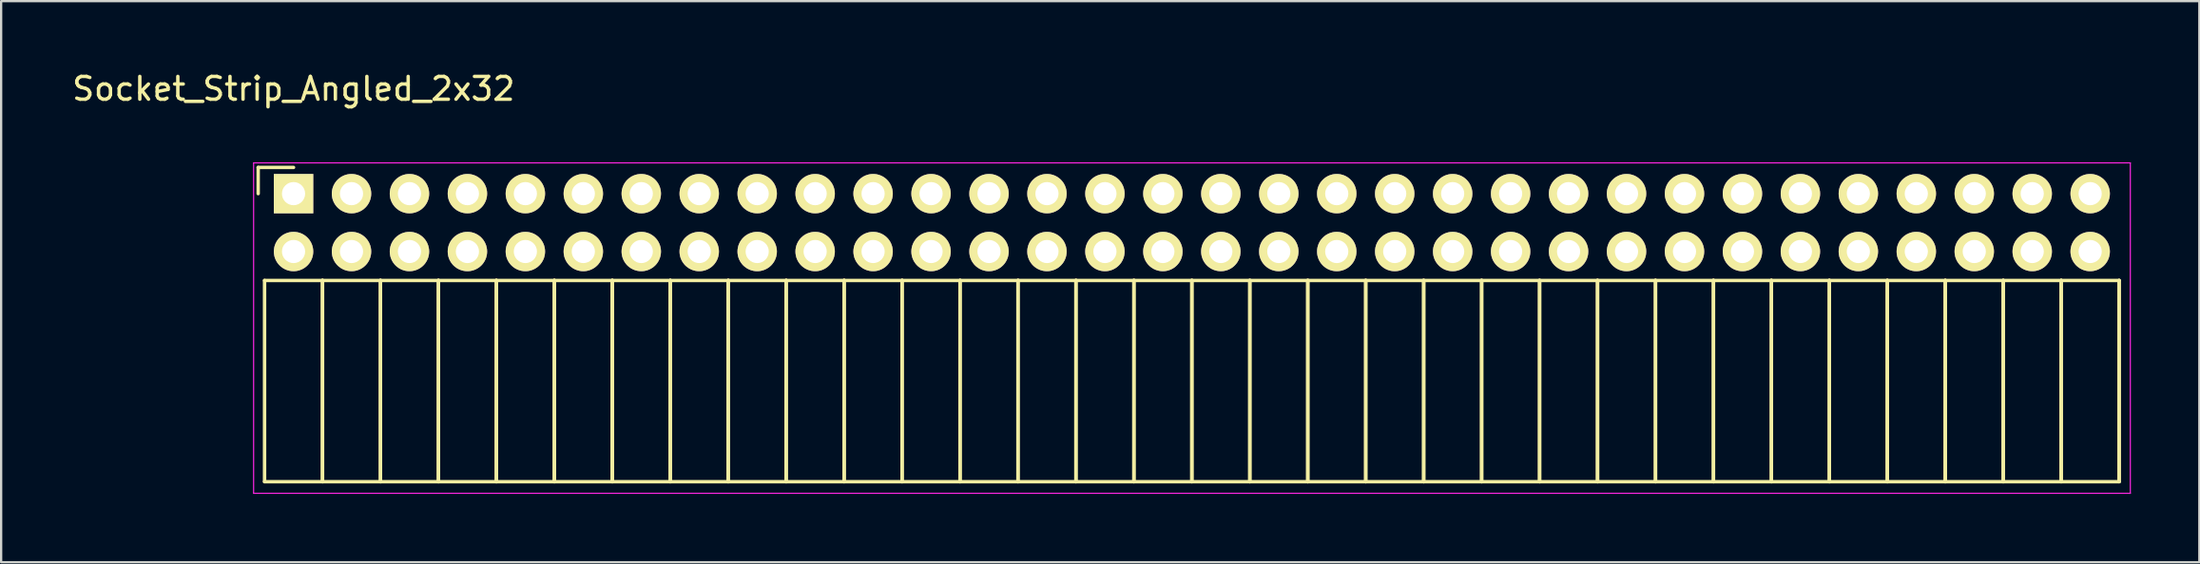
<source format=kicad_pcb>
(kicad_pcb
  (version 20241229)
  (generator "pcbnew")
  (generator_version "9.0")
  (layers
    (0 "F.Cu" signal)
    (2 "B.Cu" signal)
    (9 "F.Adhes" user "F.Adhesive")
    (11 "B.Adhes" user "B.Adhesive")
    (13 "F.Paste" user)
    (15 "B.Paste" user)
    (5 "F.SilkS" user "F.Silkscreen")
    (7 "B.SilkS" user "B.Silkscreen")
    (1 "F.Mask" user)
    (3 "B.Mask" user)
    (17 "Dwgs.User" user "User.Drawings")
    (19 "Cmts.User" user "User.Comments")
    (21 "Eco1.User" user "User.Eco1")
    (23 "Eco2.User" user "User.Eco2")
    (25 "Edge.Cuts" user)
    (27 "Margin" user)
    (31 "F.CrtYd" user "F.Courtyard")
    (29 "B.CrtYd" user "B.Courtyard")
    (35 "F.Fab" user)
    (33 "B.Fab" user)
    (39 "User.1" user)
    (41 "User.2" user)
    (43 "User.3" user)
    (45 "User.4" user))
  (footprint "Socket_Strip_Angled_2x32"
    (layer "F.Cu")
    (at 9.815 5.448)
    (property "Reference" "Socket_Strip_Angled_2x32" (at 0 -4.6 0) (layer "F.SilkS") (effects (font (size 1 1) (thickness 0.15))))
    (attr through_hole)
    (fp_line (start -1.55 -1.15) (end -1.55 0) (stroke (width 0.15) (type solid)) (layer "F.SilkS"))
    (fp_line (start -1.27 3.81) (end -1.27 12.64) (stroke (width 0.15) (type solid)) (layer "F.SilkS"))
    (fp_line (start -1.27 3.81) (end 1.27 3.81) (stroke (width 0.15) (type solid)) (layer "F.SilkS"))
    (fp_line (start -1.27 12.64) (end 1.27 12.64) (stroke (width 0.15) (type solid)) (layer "F.SilkS"))
    (fp_line (start 0 -1.15) (end -1.55 -1.15) (stroke (width 0.15) (type solid)) (layer "F.SilkS"))
    (fp_line (start 1.27 3.81) (end 1.27 12.64) (stroke (width 0.15) (type solid)) (layer "F.SilkS"))
    (fp_line (start 1.27 3.81) (end 3.81 3.81) (stroke (width 0.15) (type solid)) (layer "F.SilkS"))
    (fp_line (start 1.27 12.64) (end 1.27 3.81) (stroke (width 0.15) (type solid)) (layer "F.SilkS"))
    (fp_line (start 1.27 12.64) (end 3.81 12.64) (stroke (width 0.15) (type solid)) (layer "F.SilkS"))
    (fp_line (start 3.81 3.81) (end 3.81 12.64) (stroke (width 0.15) (type solid)) (layer "F.SilkS"))
    (fp_line (start 3.81 3.81) (end 6.35 3.81) (stroke (width 0.15) (type solid)) (layer "F.SilkS"))
    (fp_line (start 3.81 12.64) (end 3.81 3.81) (stroke (width 0.15) (type solid)) (layer "F.SilkS"))
    (fp_line (start 3.81 12.64) (end 6.35 12.64) (stroke (width 0.15) (type solid)) (layer "F.SilkS"))
    (fp_line (start 6.35 3.81) (end 6.35 12.64) (stroke (width 0.15) (type solid)) (layer "F.SilkS"))
    (fp_line (start 6.35 3.81) (end 8.89 3.81) (stroke (width 0.15) (type solid)) (layer "F.SilkS"))
    (fp_line (start 6.35 12.64) (end 6.35 3.81) (stroke (width 0.15) (type solid)) (layer "F.SilkS"))
    (fp_line (start 6.35 12.64) (end 8.89 12.64) (stroke (width 0.15) (type solid)) (layer "F.SilkS"))
    (fp_line (start 8.89 3.81) (end 8.89 12.64) (stroke (width 0.15) (type solid)) (layer "F.SilkS"))
    (fp_line (start 8.89 3.81) (end 11.43 3.81) (stroke (width 0.15) (type solid)) (layer "F.SilkS"))
    (fp_line (start 8.89 12.64) (end 8.89 3.81) (stroke (width 0.15) (type solid)) (layer "F.SilkS"))
    (fp_line (start 8.89 12.64) (end 11.43 12.64) (stroke (width 0.15) (type solid)) (layer "F.SilkS"))
    (fp_line (start 11.43 3.81) (end 11.43 12.64) (stroke (width 0.15) (type solid)) (layer "F.SilkS"))
    (fp_line (start 11.43 3.81) (end 13.97 3.81) (stroke (width 0.15) (type solid)) (layer "F.SilkS"))
    (fp_line (start 11.43 12.64) (end 11.43 3.81) (stroke (width 0.15) (type solid)) (layer "F.SilkS"))
    (fp_line (start 11.43 12.64) (end 13.97 12.64) (stroke (width 0.15) (type solid)) (layer "F.SilkS"))
    (fp_line (start 13.97 3.81) (end 13.97 12.64) (stroke (width 0.15) (type solid)) (layer "F.SilkS"))
    (fp_line (start 13.97 3.81) (end 16.51 3.81) (stroke (width 0.15) (type solid)) (layer "F.SilkS"))
    (fp_line (start 13.97 12.64) (end 13.97 3.81) (stroke (width 0.15) (type solid)) (layer "F.SilkS"))
    (fp_line (start 13.97 12.64) (end 16.51 12.64) (stroke (width 0.15) (type solid)) (layer "F.SilkS"))
    (fp_line (start 16.51 3.81) (end 16.51 12.64) (stroke (width 0.15) (type solid)) (layer "F.SilkS"))
    (fp_line (start 16.51 3.81) (end 19.05 3.81) (stroke (width 0.15) (type solid)) (layer "F.SilkS"))
    (fp_line (start 16.51 12.64) (end 16.51 3.81) (stroke (width 0.15) (type solid)) (layer "F.SilkS"))
    (fp_line (start 16.51 12.64) (end 19.05 12.64) (stroke (width 0.15) (type solid)) (layer "F.SilkS"))
    (fp_line (start 19.05 3.81) (end 19.05 12.64) (stroke (width 0.15) (type solid)) (layer "F.SilkS"))
    (fp_line (start 19.05 3.81) (end 21.59 3.81) (stroke (width 0.15) (type solid)) (layer "F.SilkS"))
    (fp_line (start 19.05 12.64) (end 19.05 3.81) (stroke (width 0.15) (type solid)) (layer "F.SilkS"))
    (fp_line (start 19.05 12.64) (end 21.59 12.64) (stroke (width 0.15) (type solid)) (layer "F.SilkS"))
    (fp_line (start 21.59 3.81) (end 21.59 12.64) (stroke (width 0.15) (type solid)) (layer "F.SilkS"))
    (fp_line (start 21.59 3.81) (end 24.13 3.81) (stroke (width 0.15) (type solid)) (layer "F.SilkS"))
    (fp_line (start 21.59 12.64) (end 21.59 3.81) (stroke (width 0.15) (type solid)) (layer "F.SilkS"))
    (fp_line (start 21.59 12.64) (end 24.13 12.64) (stroke (width 0.15) (type solid)) (layer "F.SilkS"))
    (fp_line (start 24.13 3.81) (end 24.13 12.64) (stroke (width 0.15) (type solid)) (layer "F.SilkS"))
    (fp_line (start 24.13 3.81) (end 26.67 3.81) (stroke (width 0.15) (type solid)) (layer "F.SilkS"))
    (fp_line (start 24.13 12.64) (end 24.13 3.81) (stroke (width 0.15) (type solid)) (layer "F.SilkS"))
    (fp_line (start 24.13 12.64) (end 26.67 12.64) (stroke (width 0.15) (type solid)) (layer "F.SilkS"))
    (fp_line (start 26.67 3.81) (end 26.67 12.64) (stroke (width 0.15) (type solid)) (layer "F.SilkS"))
    (fp_line (start 26.67 3.81) (end 29.21 3.81) (stroke (width 0.15) (type solid)) (layer "F.SilkS"))
    (fp_line (start 26.67 12.64) (end 26.67 3.81) (stroke (width 0.15) (type solid)) (layer "F.SilkS"))
    (fp_line (start 26.67 12.64) (end 29.21 12.64) (stroke (width 0.15) (type solid)) (layer "F.SilkS"))
    (fp_line (start 29.21 3.81) (end 29.21 12.64) (stroke (width 0.15) (type solid)) (layer "F.SilkS"))
    (fp_line (start 29.21 3.81) (end 31.75 3.81) (stroke (width 0.15) (type solid)) (layer "F.SilkS"))
    (fp_line (start 29.21 12.64) (end 29.21 3.81) (stroke (width 0.15) (type solid)) (layer "F.SilkS"))
    (fp_line (start 29.21 12.64) (end 31.75 12.64) (stroke (width 0.15) (type solid)) (layer "F.SilkS"))
    (fp_line (start 31.75 3.81) (end 31.75 12.64) (stroke (width 0.15) (type solid)) (layer "F.SilkS"))
    (fp_line (start 31.75 3.81) (end 34.29 3.81) (stroke (width 0.15) (type solid)) (layer "F.SilkS"))
    (fp_line (start 31.75 12.64) (end 31.75 3.81) (stroke (width 0.15) (type solid)) (layer "F.SilkS"))
    (fp_line (start 31.75 12.64) (end 34.29 12.64) (stroke (width 0.15) (type solid)) (layer "F.SilkS"))
    (fp_line (start 34.29 3.81) (end 34.29 12.64) (stroke (width 0.15) (type solid)) (layer "F.SilkS"))
    (fp_line (start 34.29 3.81) (end 36.83 3.81) (stroke (width 0.15) (type solid)) (layer "F.SilkS"))
    (fp_line (start 34.29 12.64) (end 34.29 3.81) (stroke (width 0.15) (type solid)) (layer "F.SilkS"))
    (fp_line (start 34.29 12.64) (end 36.83 12.64) (stroke (width 0.15) (type solid)) (layer "F.SilkS"))
    (fp_line (start 36.83 3.81) (end 36.83 12.64) (stroke (width 0.15) (type solid)) (layer "F.SilkS"))
    (fp_line (start 36.83 3.81) (end 39.37 3.81) (stroke (width 0.15) (type solid)) (layer "F.SilkS"))
    (fp_line (start 36.83 12.64) (end 36.83 3.81) (stroke (width 0.15) (type solid)) (layer "F.SilkS"))
    (fp_line (start 36.83 12.64) (end 39.37 12.64) (stroke (width 0.15) (type solid)) (layer "F.SilkS"))
    (fp_line (start 39.37 3.81) (end 39.37 12.64) (stroke (width 0.15) (type solid)) (layer "F.SilkS"))
    (fp_line (start 39.37 3.81) (end 41.91 3.81) (stroke (width 0.15) (type solid)) (layer "F.SilkS"))
    (fp_line (start 39.37 12.64) (end 39.37 3.81) (stroke (width 0.15) (type solid)) (layer "F.SilkS"))
    (fp_line (start 39.37 12.64) (end 41.91 12.64) (stroke (width 0.15) (type solid)) (layer "F.SilkS"))
    (fp_line (start 41.91 3.81) (end 41.91 12.64) (stroke (width 0.15) (type solid)) (layer "F.SilkS"))
    (fp_line (start 41.91 3.81) (end 44.45 3.81) (stroke (width 0.15) (type solid)) (layer "F.SilkS"))
    (fp_line (start 41.91 12.64) (end 41.91 3.81) (stroke (width 0.15) (type solid)) (layer "F.SilkS"))
    (fp_line (start 41.91 12.64) (end 44.45 12.64) (stroke (width 0.15) (type solid)) (layer "F.SilkS"))
    (fp_line (start 44.45 3.81) (end 44.45 12.64) (stroke (width 0.15) (type solid)) (layer "F.SilkS"))
    (fp_line (start 44.45 3.81) (end 46.99 3.81) (stroke (width 0.15) (type solid)) (layer "F.SilkS"))
    (fp_line (start 44.45 12.64) (end 44.45 3.81) (stroke (width 0.15) (type solid)) (layer "F.SilkS"))
    (fp_line (start 44.45 12.64) (end 46.99 12.64) (stroke (width 0.15) (type solid)) (layer "F.SilkS"))
    (fp_line (start 46.99 3.81) (end 46.99 12.64) (stroke (width 0.15) (type solid)) (layer "F.SilkS"))
    (fp_line (start 46.99 3.81) (end 49.53 3.81) (stroke (width 0.15) (type solid)) (layer "F.SilkS"))
    (fp_line (start 46.99 12.64) (end 46.99 3.81) (stroke (width 0.15) (type solid)) (layer "F.SilkS"))
    (fp_line (start 46.99 12.64) (end 49.53 12.64) (stroke (width 0.15) (type solid)) (layer "F.SilkS"))
    (fp_line (start 49.53 3.81) (end 49.53 12.64) (stroke (width 0.15) (type solid)) (layer "F.SilkS"))
    (fp_line (start 49.53 3.81) (end 52.07 3.81) (stroke (width 0.15) (type solid)) (layer "F.SilkS"))
    (fp_line (start 49.53 12.64) (end 49.53 3.81) (stroke (width 0.15) (type solid)) (layer "F.SilkS"))
    (fp_line (start 49.53 12.64) (end 52.07 12.64) (stroke (width 0.15) (type solid)) (layer "F.SilkS"))
    (fp_line (start 52.07 3.81) (end 52.07 12.64) (stroke (width 0.15) (type solid)) (layer "F.SilkS"))
    (fp_line (start 52.07 3.81) (end 54.61 3.81) (stroke (width 0.15) (type solid)) (layer "F.SilkS"))
    (fp_line (start 52.07 12.64) (end 52.07 3.81) (stroke (width 0.15) (type solid)) (layer "F.SilkS"))
    (fp_line (start 52.07 12.64) (end 54.61 12.64) (stroke (width 0.15) (type solid)) (layer "F.SilkS"))
    (fp_line (start 54.61 3.81) (end 54.61 12.64) (stroke (width 0.15) (type solid)) (layer "F.SilkS"))
    (fp_line (start 54.61 3.81) (end 57.15 3.81) (stroke (width 0.15) (type solid)) (layer "F.SilkS"))
    (fp_line (start 54.61 12.64) (end 54.61 3.81) (stroke (width 0.15) (type solid)) (layer "F.SilkS"))
    (fp_line (start 54.61 12.64) (end 57.15 12.64) (stroke (width 0.15) (type solid)) (layer "F.SilkS"))
    (fp_line (start 57.15 3.81) (end 57.15 12.64) (stroke (width 0.15) (type solid)) (layer "F.SilkS"))
    (fp_line (start 57.15 3.81) (end 59.69 3.81) (stroke (width 0.15) (type solid)) (layer "F.SilkS"))
    (fp_line (start 57.15 12.64) (end 57.15 3.81) (stroke (width 0.15) (type solid)) (layer "F.SilkS"))
    (fp_line (start 57.15 12.64) (end 59.69 12.64) (stroke (width 0.15) (type solid)) (layer "F.SilkS"))
    (fp_line (start 59.69 3.81) (end 59.69 12.64) (stroke (width 0.15) (type solid)) (layer "F.SilkS"))
    (fp_line (start 59.69 3.81) (end 62.23 3.81) (stroke (width 0.15) (type solid)) (layer "F.SilkS"))
    (fp_line (start 59.69 12.64) (end 59.69 3.81) (stroke (width 0.15) (type solid)) (layer "F.SilkS"))
    (fp_line (start 59.69 12.64) (end 62.23 12.64) (stroke (width 0.15) (type solid)) (layer "F.SilkS"))
    (fp_line (start 62.23 3.81) (end 62.23 12.64) (stroke (width 0.15) (type solid)) (layer "F.SilkS"))
    (fp_line (start 62.23 3.81) (end 64.77 3.81) (stroke (width 0.15) (type solid)) (layer "F.SilkS"))
    (fp_line (start 62.23 12.64) (end 62.23 3.81) (stroke (width 0.15) (type solid)) (layer "F.SilkS"))
    (fp_line (start 62.23 12.64) (end 64.77 12.64) (stroke (width 0.15) (type solid)) (layer "F.SilkS"))
    (fp_line (start 64.77 3.81) (end 64.77 12.64) (stroke (width 0.15) (type solid)) (layer "F.SilkS"))
    (fp_line (start 64.77 3.81) (end 67.31 3.81) (stroke (width 0.15) (type solid)) (layer "F.SilkS"))
    (fp_line (start 64.77 12.64) (end 64.77 3.81) (stroke (width 0.15) (type solid)) (layer "F.SilkS"))
    (fp_line (start 64.77 12.64) (end 67.31 12.64) (stroke (width 0.15) (type solid)) (layer "F.SilkS"))
    (fp_line (start 67.31 3.81) (end 67.31 12.64) (stroke (width 0.15) (type solid)) (layer "F.SilkS"))
    (fp_line (start 67.31 3.81) (end 69.85 3.81) (stroke (width 0.15) (type solid)) (layer "F.SilkS"))
    (fp_line (start 67.31 12.64) (end 67.31 3.81) (stroke (width 0.15) (type solid)) (layer "F.SilkS"))
    (fp_line (start 67.31 12.64) (end 69.85 12.64) (stroke (width 0.15) (type solid)) (layer "F.SilkS"))
    (fp_line (start 69.85 3.81) (end 69.85 12.64) (stroke (width 0.15) (type solid)) (layer "F.SilkS"))
    (fp_line (start 69.85 3.81) (end 72.39 3.81) (stroke (width 0.15) (type solid)) (layer "F.SilkS"))
    (fp_line (start 69.85 12.64) (end 69.85 3.81) (stroke (width 0.15) (type solid)) (layer "F.SilkS"))
    (fp_line (start 69.85 12.64) (end 72.39 12.64) (stroke (width 0.15) (type solid)) (layer "F.SilkS"))
    (fp_line (start 72.39 3.81) (end 72.39 12.64) (stroke (width 0.15) (type solid)) (layer "F.SilkS"))
    (fp_line (start 72.39 3.81) (end 74.93 3.81) (stroke (width 0.15) (type solid)) (layer "F.SilkS"))
    (fp_line (start 72.39 12.64) (end 72.39 3.81) (stroke (width 0.15) (type solid)) (layer "F.SilkS"))
    (fp_line (start 72.39 12.64) (end 74.93 12.64) (stroke (width 0.15) (type solid)) (layer "F.SilkS"))
    (fp_line (start 74.93 3.81) (end 74.93 12.64) (stroke (width 0.15) (type solid)) (layer "F.SilkS"))
    (fp_line (start 74.93 3.81) (end 77.47 3.81) (stroke (width 0.15) (type solid)) (layer "F.SilkS"))
    (fp_line (start 74.93 12.64) (end 74.93 3.81) (stroke (width 0.15) (type solid)) (layer "F.SilkS"))
    (fp_line (start 74.93 12.64) (end 77.47 12.64) (stroke (width 0.15) (type solid)) (layer "F.SilkS"))
    (fp_line (start 77.47 3.81) (end 77.47 12.64) (stroke (width 0.15) (type solid)) (layer "F.SilkS"))
    (fp_line (start 77.47 3.81) (end 80.01 3.81) (stroke (width 0.15) (type solid)) (layer "F.SilkS"))
    (fp_line (start 77.47 12.64) (end 77.47 3.81) (stroke (width 0.15) (type solid)) (layer "F.SilkS"))
    (fp_line (start 77.47 12.64) (end 80.01 12.64) (stroke (width 0.15) (type solid)) (layer "F.SilkS"))
    (fp_line (start 80.01 3.81) (end 80.01 12.64) (stroke (width 0.15) (type solid)) (layer "F.SilkS"))
    (fp_line (start 80.01 12.64) (end 80.01 3.81) (stroke (width 0.15) (type solid)) (layer "F.SilkS"))
    (fp_line (start -1.75 -1.35) (end -1.75 13.15) (stroke (width 0.05) (type solid)) (layer "F.CrtYd"))
    (fp_line (start -1.75 -1.35) (end 80.5 -1.35) (stroke (width 0.05) (type solid)) (layer "F.CrtYd"))
    (fp_line (start -1.75 13.15) (end 80.5 13.15) (stroke (width 0.05) (type solid)) (layer "F.CrtYd"))
    (fp_line (start 80.5 -1.35) (end 80.5 13.15) (stroke (width 0.05) (type solid)) (layer "F.CrtYd"))
    (pad "1" thru_hole rect (at 0 0) (size 1.727 1.727) (drill 1.016) (layers "*.Cu" "*.Mask" "F.SilkS"))
    (pad "2" thru_hole oval (at 0 2.54) (size 1.727 1.727) (drill 1.016) (layers "*.Cu" "*.Mask" "F.SilkS"))
    (pad "3" thru_hole oval (at 2.54 0) (size 1.727 1.727) (drill 1.016) (layers "*.Cu" "*.Mask" "F.SilkS"))
    (pad "4" thru_hole oval (at 2.54 2.54) (size 1.727 1.727) (drill 1.016) (layers "*.Cu" "*.Mask" "F.SilkS"))
    (pad "5" thru_hole oval (at 5.08 0) (size 1.727 1.727) (drill 1.016) (layers "*.Cu" "*.Mask" "F.SilkS"))
    (pad "6" thru_hole oval (at 5.08 2.54) (size 1.727 1.727) (drill 1.016) (layers "*.Cu" "*.Mask" "F.SilkS"))
    (pad "7" thru_hole oval (at 7.62 0) (size 1.727 1.727) (drill 1.016) (layers "*.Cu" "*.Mask" "F.SilkS"))
    (pad "8" thru_hole oval (at 7.62 2.54) (size 1.727 1.727) (drill 1.016) (layers "*.Cu" "*.Mask" "F.SilkS"))
    (pad "9" thru_hole oval (at 10.16 0) (size 1.727 1.727) (drill 1.016) (layers "*.Cu" "*.Mask" "F.SilkS"))
    (pad "10" thru_hole oval (at 10.16 2.54) (size 1.727 1.727) (drill 1.016) (layers "*.Cu" "*.Mask" "F.SilkS"))
    (pad "11" thru_hole oval (at 12.7 0) (size 1.727 1.727) (drill 1.016) (layers "*.Cu" "*.Mask" "F.SilkS"))
    (pad "12" thru_hole oval (at 12.7 2.54) (size 1.727 1.727) (drill 1.016) (layers "*.Cu" "*.Mask" "F.SilkS"))
    (pad "13" thru_hole oval (at 15.24 0) (size 1.727 1.727) (drill 1.016) (layers "*.Cu" "*.Mask" "F.SilkS"))
    (pad "14" thru_hole oval (at 15.24 2.54) (size 1.727 1.727) (drill 1.016) (layers "*.Cu" "*.Mask" "F.SilkS"))
    (pad "15" thru_hole oval (at 17.78 0) (size 1.727 1.727) (drill 1.016) (layers "*.Cu" "*.Mask" "F.SilkS"))
    (pad "16" thru_hole oval (at 17.78 2.54) (size 1.727 1.727) (drill 1.016) (layers "*.Cu" "*.Mask" "F.SilkS"))
    (pad "17" thru_hole oval (at 20.32 0) (size 1.727 1.727) (drill 1.016) (layers "*.Cu" "*.Mask" "F.SilkS"))
    (pad "18" thru_hole oval (at 20.32 2.54) (size 1.727 1.727) (drill 1.016) (layers "*.Cu" "*.Mask" "F.SilkS"))
    (pad "19" thru_hole oval (at 22.86 0) (size 1.727 1.727) (drill 1.016) (layers "*.Cu" "*.Mask" "F.SilkS"))
    (pad "20" thru_hole oval (at 22.86 2.54) (size 1.727 1.727) (drill 1.016) (layers "*.Cu" "*.Mask" "F.SilkS"))
    (pad "21" thru_hole oval (at 25.4 0) (size 1.727 1.727) (drill 1.016) (layers "*.Cu" "*.Mask" "F.SilkS"))
    (pad "22" thru_hole oval (at 25.4 2.54) (size 1.727 1.727) (drill 1.016) (layers "*.Cu" "*.Mask" "F.SilkS"))
    (pad "23" thru_hole oval (at 27.94 0) (size 1.727 1.727) (drill 1.016) (layers "*.Cu" "*.Mask" "F.SilkS"))
    (pad "24" thru_hole oval (at 27.94 2.54) (size 1.727 1.727) (drill 1.016) (layers "*.Cu" "*.Mask" "F.SilkS"))
    (pad "25" thru_hole oval (at 30.48 0) (size 1.727 1.727) (drill 1.016) (layers "*.Cu" "*.Mask" "F.SilkS"))
    (pad "26" thru_hole oval (at 30.48 2.54) (size 1.727 1.727) (drill 1.016) (layers "*.Cu" "*.Mask" "F.SilkS"))
    (pad "27" thru_hole oval (at 33.02 0) (size 1.727 1.727) (drill 1.016) (layers "*.Cu" "*.Mask" "F.SilkS"))
    (pad "28" thru_hole oval (at 33.02 2.54) (size 1.727 1.727) (drill 1.016) (layers "*.Cu" "*.Mask" "F.SilkS"))
    (pad "29" thru_hole oval (at 35.56 0) (size 1.727 1.727) (drill 1.016) (layers "*.Cu" "*.Mask" "F.SilkS"))
    (pad "30" thru_hole oval (at 35.56 2.54) (size 1.727 1.727) (drill 1.016) (layers "*.Cu" "*.Mask" "F.SilkS"))
    (pad "31" thru_hole oval (at 38.1 0) (size 1.727 1.727) (drill 1.016) (layers "*.Cu" "*.Mask" "F.SilkS"))
    (pad "32" thru_hole oval (at 38.1 2.54) (size 1.727 1.727) (drill 1.016) (layers "*.Cu" "*.Mask" "F.SilkS"))
    (pad "33" thru_hole oval (at 40.64 0) (size 1.727 1.727) (drill 1.016) (layers "*.Cu" "*.Mask" "F.SilkS"))
    (pad "34" thru_hole oval (at 40.64 2.54) (size 1.727 1.727) (drill 1.016) (layers "*.Cu" "*.Mask" "F.SilkS"))
    (pad "35" thru_hole oval (at 43.18 0) (size 1.727 1.727) (drill 1.016) (layers "*.Cu" "*.Mask" "F.SilkS"))
    (pad "36" thru_hole oval (at 43.18 2.54) (size 1.727 1.727) (drill 1.016) (layers "*.Cu" "*.Mask" "F.SilkS"))
    (pad "37" thru_hole oval (at 45.72 0) (size 1.727 1.727) (drill 1.016) (layers "*.Cu" "*.Mask" "F.SilkS"))
    (pad "38" thru_hole oval (at 45.72 2.54) (size 1.727 1.727) (drill 1.016) (layers "*.Cu" "*.Mask" "F.SilkS"))
    (pad "39" thru_hole oval (at 48.26 0) (size 1.727 1.727) (drill 1.016) (layers "*.Cu" "*.Mask" "F.SilkS"))
    (pad "40" thru_hole oval (at 48.26 2.54) (size 1.727 1.727) (drill 1.016) (layers "*.Cu" "*.Mask" "F.SilkS"))
    (pad "41" thru_hole oval (at 50.8 0) (size 1.727 1.727) (drill 1.016) (layers "*.Cu" "*.Mask" "F.SilkS"))
    (pad "42" thru_hole oval (at 50.8 2.54) (size 1.727 1.727) (drill 1.016) (layers "*.Cu" "*.Mask" "F.SilkS"))
    (pad "43" thru_hole oval (at 53.34 0) (size 1.727 1.727) (drill 1.016) (layers "*.Cu" "*.Mask" "F.SilkS"))
    (pad "44" thru_hole oval (at 53.34 2.54) (size 1.727 1.727) (drill 1.016) (layers "*.Cu" "*.Mask" "F.SilkS"))
    (pad "45" thru_hole oval (at 55.88 0) (size 1.727 1.727) (drill 1.016) (layers "*.Cu" "*.Mask" "F.SilkS"))
    (pad "46" thru_hole oval (at 55.88 2.54) (size 1.727 1.727) (drill 1.016) (layers "*.Cu" "*.Mask" "F.SilkS"))
    (pad "47" thru_hole oval (at 58.42 0) (size 1.727 1.727) (drill 1.016) (layers "*.Cu" "*.Mask" "F.SilkS"))
    (pad "48" thru_hole oval (at 58.42 2.54) (size 1.727 1.727) (drill 1.016) (layers "*.Cu" "*.Mask" "F.SilkS"))
    (pad "49" thru_hole oval (at 60.96 0) (size 1.727 1.727) (drill 1.016) (layers "*.Cu" "*.Mask" "F.SilkS"))
    (pad "50" thru_hole oval (at 60.96 2.54) (size 1.727 1.727) (drill 1.016) (layers "*.Cu" "*.Mask" "F.SilkS"))
    (pad "51" thru_hole oval (at 63.5 0) (size 1.727 1.727) (drill 1.016) (layers "*.Cu" "*.Mask" "F.SilkS"))
    (pad "52" thru_hole oval (at 63.5 2.54) (size 1.727 1.727) (drill 1.016) (layers "*.Cu" "*.Mask" "F.SilkS"))
    (pad "53" thru_hole oval (at 66.04 0) (size 1.727 1.727) (drill 1.016) (layers "*.Cu" "*.Mask" "F.SilkS"))
    (pad "54" thru_hole oval (at 66.04 2.54) (size 1.727 1.727) (drill 1.016) (layers "*.Cu" "*.Mask" "F.SilkS"))
    (pad "55" thru_hole oval (at 68.58 0) (size 1.727 1.727) (drill 1.016) (layers "*.Cu" "*.Mask" "F.SilkS"))
    (pad "56" thru_hole oval (at 68.58 2.54) (size 1.727 1.727) (drill 1.016) (layers "*.Cu" "*.Mask" "F.SilkS"))
    (pad "57" thru_hole oval (at 71.12 0) (size 1.727 1.727) (drill 1.016) (layers "*.Cu" "*.Mask" "F.SilkS"))
    (pad "58" thru_hole oval (at 71.12 2.54) (size 1.727 1.727) (drill 1.016) (layers "*.Cu" "*.Mask" "F.SilkS"))
    (pad "59" thru_hole oval (at 73.66 0) (size 1.727 1.727) (drill 1.016) (layers "*.Cu" "*.Mask" "F.SilkS"))
    (pad "60" thru_hole oval (at 73.66 2.54) (size 1.727 1.727) (drill 1.016) (layers "*.Cu" "*.Mask" "F.SilkS"))
    (pad "61" thru_hole oval (at 76.2 0) (size 1.727 1.727) (drill 1.016) (layers "*.Cu" "*.Mask" "F.SilkS"))
    (pad "62" thru_hole oval (at 76.2 2.54) (size 1.727 1.727) (drill 1.016) (layers "*.Cu" "*.Mask" "F.SilkS"))
    (pad "63" thru_hole oval (at 78.74 0) (size 1.727 1.727) (drill 1.016) (layers "*.Cu" "*.Mask" "F.SilkS"))
    (pad "64" thru_hole oval (at 78.74 2.54) (size 1.727 1.727) (drill 1.016) (layers "*.Cu" "*.Mask" "F.SilkS")))
  (gr_rect
    (start -3 -3)
    (end 93.34 21.623)
    (stroke (width 0.1) (type default))
    (fill no)
    (layer "Edge.Cuts")))
</source>
